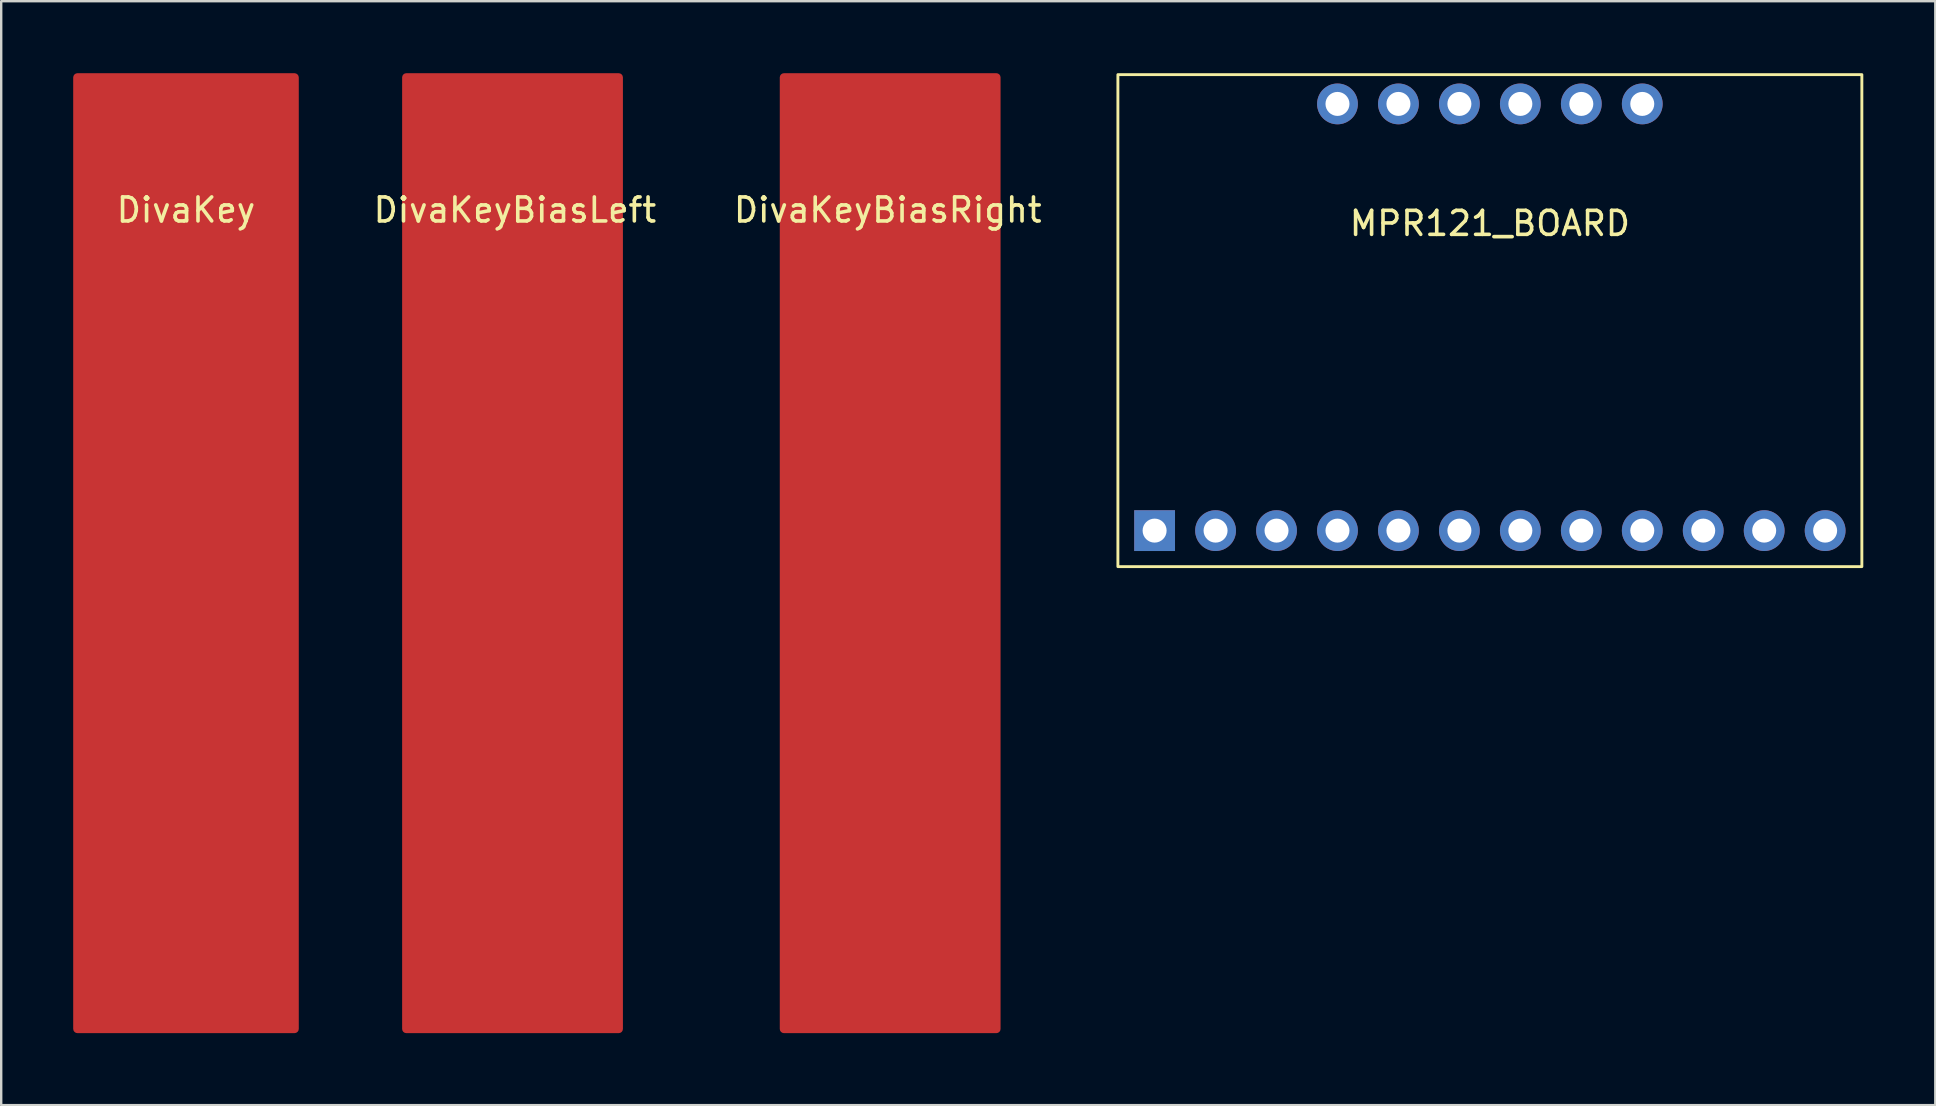
<source format=kicad_pcb>
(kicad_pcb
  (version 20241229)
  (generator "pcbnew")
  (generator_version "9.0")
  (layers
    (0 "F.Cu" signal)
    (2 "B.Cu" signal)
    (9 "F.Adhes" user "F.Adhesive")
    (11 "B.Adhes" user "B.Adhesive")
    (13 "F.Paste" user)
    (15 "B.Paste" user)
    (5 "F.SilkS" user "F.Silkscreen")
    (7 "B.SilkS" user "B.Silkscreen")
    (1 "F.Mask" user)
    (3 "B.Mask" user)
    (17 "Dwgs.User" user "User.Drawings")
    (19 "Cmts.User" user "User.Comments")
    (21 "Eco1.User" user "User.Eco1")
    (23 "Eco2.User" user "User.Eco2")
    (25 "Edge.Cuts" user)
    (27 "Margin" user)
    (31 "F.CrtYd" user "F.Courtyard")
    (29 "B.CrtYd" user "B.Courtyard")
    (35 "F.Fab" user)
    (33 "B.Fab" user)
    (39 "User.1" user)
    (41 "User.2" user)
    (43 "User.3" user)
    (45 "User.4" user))
  (footprint "DivaKeyBiasLeft"
    (layer "F.Cu")
    (at 18.406 20)
    (property "Reference" "DivaKeyBiasLeft" (at 0 -14.3 0) (unlocked yes) (layer "F.SilkS") (effects (font (size 1 1) (thickness 0.15))))
    (attr smd)
    (pad "1" smd roundrect (at 0 0) (size 9.2 40) (drill (offset -0.1 0)) (layers "F.Cu") (roundrect_rratio 0.019)))
  (footprint "DivaKey"
    (layer "F.Cu")
    (at 4.7 20)
    (property "Reference" "DivaKey" (at 0 -14.3 0) (unlocked yes) (layer "F.SilkS") (effects (font (size 1 1) (thickness 0.15))))
    (attr smd)
    (pad "1" smd roundrect (at 0 0) (size 9.4 40) (layers "F.Cu") (roundrect_rratio 0.019)))
  (footprint "MPR121_BOARD"
    (layer "F.Cu")
    (at 59.031 19.06)
    (property "Reference" "MPR121_BOARD" (at 0 -12.8 0) (layer "F.SilkS") (effects (font (size 1 1) (thickness 0.15))))
    (attr through_hole)
    (fp_rect (start -15.5 -19) (end 15.5 1.5) (stroke (width 0.12) (type solid)) (fill no) (layer "F.SilkS"))
    (pad "1" thru_hole oval (at 3.81 -17.78 90) (size 1.7 1.7) (drill 1) (layers "*.Cu" "*.Mask"))
    (pad "2" thru_hole oval (at 1.27 -17.78 90) (size 1.7 1.7) (drill 1) (layers "*.Cu" "*.Mask"))
    (pad "3" thru_hole oval (at -1.27 -17.78 90) (size 1.7 1.7) (drill 1) (layers "*.Cu" "*.Mask"))
    (pad "4" thru_hole oval (at -3.81 -17.78 90) (size 1.7 1.7) (drill 1) (layers "*.Cu" "*.Mask"))
    (pad "6" thru_hole oval (at -6.35 -17.78 90) (size 1.7 1.7) (drill 1) (layers "*.Cu" "*.Mask"))
    (pad "8" thru_hole rect (at -13.97 0 90) (size 1.7 1.7) (drill 1) (layers "*.Cu" "*.Mask"))
    (pad "9" thru_hole oval (at -11.43 0 90) (size 1.7 1.7) (drill 1) (layers "*.Cu" "*.Mask"))
    (pad "10" thru_hole oval (at -8.89 0 90) (size 1.7 1.7) (drill 1) (layers "*.Cu" "*.Mask"))
    (pad "11" thru_hole oval (at -6.35 0 90) (size 1.7 1.7) (drill 1) (layers "*.Cu" "*.Mask"))
    (pad "12" thru_hole oval (at -3.81 0 90) (size 1.7 1.7) (drill 1) (layers "*.Cu" "*.Mask"))
    (pad "13" thru_hole oval (at -1.27 0 90) (size 1.7 1.7) (drill 1) (layers "*.Cu" "*.Mask"))
    (pad "14" thru_hole oval (at 1.27 0 90) (size 1.7 1.7) (drill 1) (layers "*.Cu" "*.Mask"))
    (pad "15" thru_hole oval (at 3.81 0 90) (size 1.7 1.7) (drill 1) (layers "*.Cu" "*.Mask"))
    (pad "16" thru_hole oval (at 6.35 0 90) (size 1.7 1.7) (drill 1) (layers "*.Cu" "*.Mask"))
    (pad "17" thru_hole oval (at 8.89 0 90) (size 1.7 1.7) (drill 1) (layers "*.Cu" "*.Mask"))
    (pad "18" thru_hole oval (at 11.43 0 90) (size 1.7 1.7) (drill 1) (layers "*.Cu" "*.Mask"))
    (pad "19" thru_hole oval (at 13.97 0 90) (size 1.7 1.7) (drill 1) (layers "*.Cu" "*.Mask"))
    (pad "20" thru_hole oval (at 6.35 -17.78 90) (size 1.7 1.7) (drill 1) (layers "*.Cu" "*.Mask")))
  (footprint "DivaKeyBiasRight"
    (layer "F.Cu")
    (at 33.942 20)
    (property "Reference" "DivaKeyBiasRight" (at 0 -14.3 0) (unlocked yes) (layer "F.SilkS") (effects (font (size 1 1) (thickness 0.15))))
    (attr smd)
    (pad "1" smd roundrect (at 0 0) (size 9.2 40) (drill (offset 0.1 0)) (layers "F.Cu") (roundrect_rratio 0.019)))
  (gr_rect
    (start -3 -3)
    (end 77.591 43)
    (stroke (width 0.1) (type default))
    (fill no)
    (layer "Edge.Cuts")))
</source>
